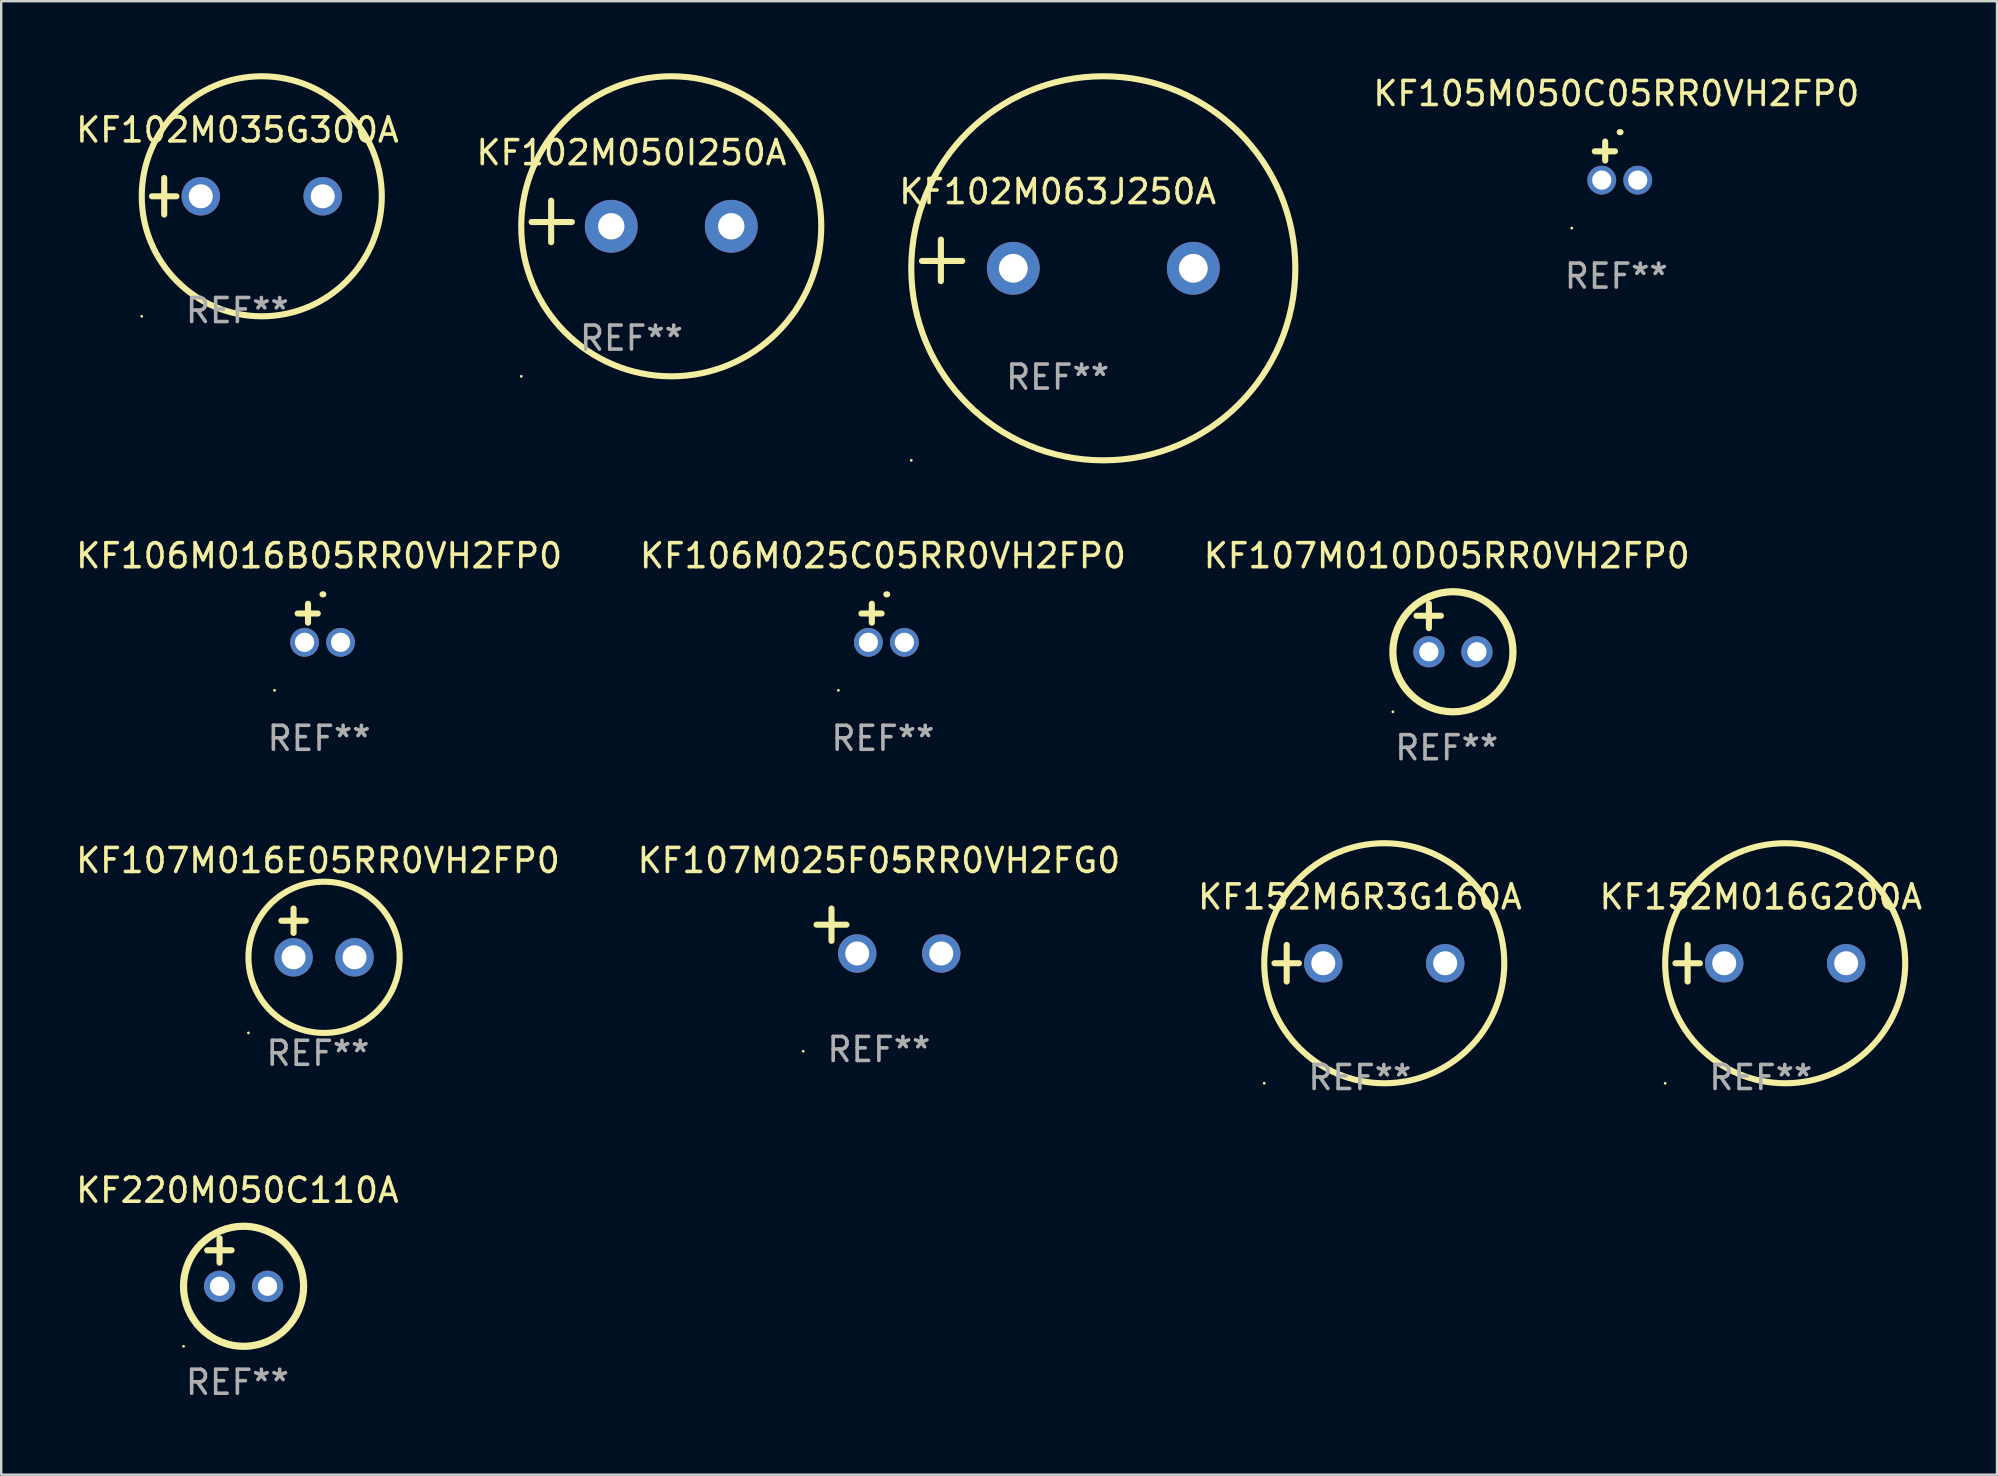
<source format=kicad_pcb>
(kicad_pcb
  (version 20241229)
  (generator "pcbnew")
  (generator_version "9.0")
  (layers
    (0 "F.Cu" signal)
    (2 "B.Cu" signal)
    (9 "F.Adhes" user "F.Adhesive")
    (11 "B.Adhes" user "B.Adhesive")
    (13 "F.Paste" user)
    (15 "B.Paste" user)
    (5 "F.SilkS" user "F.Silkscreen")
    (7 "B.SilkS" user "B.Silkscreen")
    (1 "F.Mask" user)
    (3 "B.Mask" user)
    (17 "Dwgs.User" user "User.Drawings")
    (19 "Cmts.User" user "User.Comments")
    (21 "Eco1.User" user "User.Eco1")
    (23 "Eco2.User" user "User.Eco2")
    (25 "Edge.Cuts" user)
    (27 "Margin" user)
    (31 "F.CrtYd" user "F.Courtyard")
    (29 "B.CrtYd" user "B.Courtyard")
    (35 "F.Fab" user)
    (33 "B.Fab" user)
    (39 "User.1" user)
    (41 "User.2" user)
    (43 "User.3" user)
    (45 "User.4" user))
  (footprint "KF106M025C05RR0VH2FP0"
    (layer "F.Cu")
    (at 33.732 22.906)
    (property "Reference" "KF106M025C05RR0VH2FP0" (at 0 -2.803 0) (layer "F.SilkS") (effects (font (size 1 1) (thickness 0.15))))
    (attr through_hole)
    (fp_line (start -0.462 -0.016) (end -0.462 -0.803) (stroke (width 0.254) (type solid)) (layer "F.SilkS"))
    (fp_line (start -0.056 -0.397) (end -0.894 -0.397) (stroke (width 0.254) (type solid)) (layer "F.SilkS"))
    (fp_arc (start 0.142799 -1.195784) (mid 0.159309 -1.195852) (end 0.175819 -1.195784) (stroke (width 0.254001) (type solid)) (layer "F.SilkS"))
    (fp_circle (center -1.856 2.803) (end -1.826 2.803) (stroke (width 0.06) (type solid)) (fill no) (layer "F.SilkS"))
    (fp_text user "REF**" (at 0 4.803 0) (layer "F.Fab") (effects (font (size 1 1) (thickness 0.15))))
    (pad "1" thru_hole circle (at -0.606 0.803) (size 1.2 1.2) (drill 0.8) (layers "*.Cu" "*.Mask"))
    (pad "2" thru_hole circle (at 0.894 0.803) (size 1.2 1.2) (drill 0.8) (layers "*.Cu" "*.Mask")))
  (footprint "KF220M050C110A"
    (layer "F.Cu")
    (at 6.839 49.536)
    (property "Reference" "KF220M050C110A" (at 0 -3 0) (layer "F.SilkS") (effects (font (size 1 1) (thickness 0.15))))
    (attr through_hole)
    (fp_line (start -1.258 -0.5) (end -0.242 -0.5) (stroke (width 0.254) (type solid)) (layer "F.SilkS"))
    (fp_line (start -0.742 -1) (end -0.742 0.016) (stroke (width 0.254) (type solid)) (layer "F.SilkS"))
    (fp_circle (center -2.242 3.5) (end -2.212 3.5) (stroke (width 0.06) (type solid)) (fill no) (layer "F.SilkS"))
    (fp_circle (center 0.258 1) (end 2.758 1) (stroke (width 0.3) (type solid)) (fill no) (layer "F.SilkS"))
    (fp_text user "REF**" (at 0 5 0) (layer "F.Fab") (effects (font (size 1 1) (thickness 0.15))))
    (pad "1" thru_hole circle (at -0.742 1) (size 1.3 1.3) (drill 0.8) (layers "*.Cu" "*.Mask"))
    (pad "2" thru_hole circle (at 1.258 1) (size 1.3 1.3) (drill 0.8) (layers "*.Cu" "*.Mask")))
  (footprint "KF107M016E05RR0VH2FP0"
    (layer "F.Cu")
    (at 10.196 35.815)
    (property "Reference" "KF107M016E05RR0VH2FP0" (at 0 -3.016 0) (layer "F.SilkS") (effects (font (size 1 1) (thickness 0.15))))
    (attr through_hole)
    (fp_line (start -1.524 -0.508) (end -0.508 -0.508) (stroke (width 0.254) (type solid)) (layer "F.SilkS"))
    (fp_line (start -1.016 -1.016) (end -1.016 0) (stroke (width 0.254) (type solid)) (layer "F.SilkS"))
    (fp_circle (center -2.896 4.166) (end -2.866 4.166) (stroke (width 0.06) (type solid)) (fill no) (layer "F.SilkS"))
    (fp_circle (center 0.254 1.016) (end 3.404 1.016) (stroke (width 0.254) (type solid)) (fill no) (layer "F.SilkS"))
    (fp_text user "REF**" (at 0 5.016 0) (layer "F.Fab") (effects (font (size 1 1) (thickness 0.15))))
    (pad "1" thru_hole circle (at -1.016 1.016) (size 1.6 1.6) (drill 1) (layers "*.Cu" "*.Mask"))
    (pad "2" thru_hole circle (at 1.524 1.016) (size 1.6 1.6) (drill 1) (layers "*.Cu" "*.Mask")))
  (footprint "KF102M050I250A"
    (layer "F.Cu")
    (at 23.256 6.174)
    (property "Reference" "KF102M050I250A" (at 0 -2.864 0) (layer "F.SilkS") (effects (font (size 1 1) (thickness 0.15))))
    (attr through_hole)
    (fp_line (start -3.346 0.864) (end -3.346 -0.864) (stroke (width 0.254) (type solid)) (layer "F.SilkS"))
    (fp_line (start -2.482 0.025) (end -4.158 0.025) (stroke (width 0.254) (type solid)) (layer "F.SilkS"))
    (fp_circle (center -4.592 6.453) (end -4.562 6.453) (stroke (width 0.06) (type solid)) (fill no) (layer "F.SilkS"))
    (fp_circle (center 1.658 0.203) (end 7.908 0.203) (stroke (width 0.254) (type solid)) (fill no) (layer "F.SilkS"))
    (fp_text user "REF**" (at 0 4.864 0) (layer "F.Fab") (effects (font (size 1 1) (thickness 0.15))))
    (pad "1" thru_hole circle (at -0.842 0.203) (size 2.2 2.2) (drill 1.1) (layers "*.Cu" "*.Mask"))
    (pad "2" thru_hole circle (at 4.158 0.203) (size 2.2 2.2) (drill 1.1) (layers "*.Cu" "*.Mask")))
  (footprint "KF152M6R3G160A"
    (layer "F.Cu")
    (at 53.601 37.078)
    (property "Reference" "KF152M6R3G160A" (at 0 -2.762 0) (layer "F.SilkS") (effects (font (size 1 1) (thickness 0.15))))
    (attr through_hole)
    (fp_line (start -3.556 0) (end -2.54 0) (stroke (width 0.254) (type solid)) (layer "F.SilkS"))
    (fp_line (start -3.048 -0.762) (end -3.048 0.762) (stroke (width 0.254) (type solid)) (layer "F.SilkS"))
    (fp_circle (center -3.984 5) (end -3.954 5) (stroke (width 0.06) (type solid)) (fill no) (layer "F.SilkS"))
    (fp_circle (center 1.016 0) (end 6.016 0) (stroke (width 0.254) (type solid)) (fill no) (layer "F.SilkS"))
    (fp_text user "REF**" (at 0 4.762 0) (layer "F.Fab") (effects (font (size 1 1) (thickness 0.15))))
    (pad "1" thru_hole circle (at -1.524 0) (size 1.6 1.6) (drill 1) (layers "*.Cu" "*.Mask"))
    (pad "2" thru_hole circle (at 3.556 0) (size 1.6 1.6) (drill 1) (layers "*.Cu" "*.Mask")))
  (footprint "KF106M016B05RR0VH2FP0"
    (layer "F.Cu")
    (at 10.244 22.906)
    (property "Reference" "KF106M016B05RR0VH2FP0" (at 0 -2.803 0) (layer "F.SilkS") (effects (font (size 1 1) (thickness 0.15))))
    (attr through_hole)
    (fp_line (start -0.462 -0.016) (end -0.462 -0.803) (stroke (width 0.254) (type solid)) (layer "F.SilkS"))
    (fp_line (start -0.056 -0.397) (end -0.894 -0.397) (stroke (width 0.254) (type solid)) (layer "F.SilkS"))
    (fp_arc (start 0.142799 -1.195784) (mid 0.159309 -1.195852) (end 0.175819 -1.195784) (stroke (width 0.254001) (type solid)) (layer "F.SilkS"))
    (fp_circle (center -1.856 2.803) (end -1.826 2.803) (stroke (width 0.06) (type solid)) (fill no) (layer "F.SilkS"))
    (fp_text user "REF**" (at 0 4.803 0) (layer "F.Fab") (effects (font (size 1 1) (thickness 0.15))))
    (pad "1" thru_hole circle (at -0.606 0.803) (size 1.2 1.2) (drill 0.8) (layers "*.Cu" "*.Mask"))
    (pad "2" thru_hole circle (at 0.894 0.803) (size 1.2 1.2) (drill 0.8) (layers "*.Cu" "*.Mask")))
  (footprint "KF105M050C05RR0VH2FP0"
    (layer "F.Cu")
    (at 64.284 3.651)
    (property "Reference" "KF105M050C05RR0VH2FP0" (at 0 -2.803 0) (layer "F.SilkS") (effects (font (size 1 1) (thickness 0.15))))
    (attr through_hole)
    (fp_line (start -0.462 -0.016) (end -0.462 -0.803) (stroke (width 0.254) (type solid)) (layer "F.SilkS"))
    (fp_line (start -0.056 -0.397) (end -0.894 -0.397) (stroke (width 0.254) (type solid)) (layer "F.SilkS"))
    (fp_arc (start 0.142799 -1.195784) (mid 0.159309 -1.195852) (end 0.175819 -1.195784) (stroke (width 0.254001) (type solid)) (layer "F.SilkS"))
    (fp_circle (center -1.856 2.803) (end -1.826 2.803) (stroke (width 0.06) (type solid)) (fill no) (layer "F.SilkS"))
    (fp_text user "REF**" (at 0 4.803 0) (layer "F.Fab") (effects (font (size 1 1) (thickness 0.15))))
    (pad "1" thru_hole circle (at -0.606 0.803) (size 1.2 1.2) (drill 0.8) (layers "*.Cu" "*.Mask"))
    (pad "2" thru_hole circle (at 0.894 0.803) (size 1.2 1.2) (drill 0.8) (layers "*.Cu" "*.Mask")))
  (footprint "KF107M025F05RR0VH2FG0"
    (layer "F.Cu")
    (at 33.565 35.735)
    (property "Reference" "KF107M025F05RR0VH2FG0" (at 0 -2.937 0) (layer "F.SilkS") (effects (font (size 1 1) (thickness 0.15))))
    (attr through_hole)
    (fp_line (start -1.975 0.41) (end -1.975 -0.937) (stroke (width 0.254) (type solid)) (layer "F.SilkS"))
    (fp_line (start -1.353 -0.263) (end -2.597 -0.263) (stroke (width 0.254) (type solid)) (layer "F.SilkS"))
    (fp_arc (start 0.849809 -3.063957) (mid 0.885369 -3.064114) (end 0.920929 -3.063957) (stroke (width 0.254001) (type solid)) (layer "F.SilkS"))
    (fp_circle (center -3.154 5.008) (end -3.124 5.008) (stroke (width 0.06) (type solid)) (fill no) (layer "F.SilkS"))
    (fp_text user "REF**" (at 0 4.937 0) (layer "F.Fab") (effects (font (size 1 1) (thickness 0.15))))
    (pad "1" thru_hole circle (at -0.903 0.937) (size 1.6 1.6) (drill 1) (layers "*.Cu" "*.Mask"))
    (pad "2" thru_hole circle (at 2.597 0.937) (size 1.6 1.6) (drill 1) (layers "*.Cu" "*.Mask")))
  (footprint "KF102M035G300A"
    (layer "F.Cu")
    (at 6.839 5.127)
    (property "Reference" "KF102M035G300A" (at 0 -2.762 0) (layer "F.SilkS") (effects (font (size 1 1) (thickness 0.15))))
    (attr through_hole)
    (fp_line (start -3.556 0) (end -2.54 0) (stroke (width 0.254) (type solid)) (layer "F.SilkS"))
    (fp_line (start -3.048 -0.762) (end -3.048 0.762) (stroke (width 0.254) (type solid)) (layer "F.SilkS"))
    (fp_circle (center -3.984 5) (end -3.954 5) (stroke (width 0.06) (type solid)) (fill no) (layer "F.SilkS"))
    (fp_circle (center 1.016 0) (end 6.016 0) (stroke (width 0.254) (type solid)) (fill no) (layer "F.SilkS"))
    (fp_text user "REF**" (at 0 4.762 0) (layer "F.Fab") (effects (font (size 1 1) (thickness 0.15))))
    (pad "1" thru_hole circle (at -1.524 0) (size 1.6 1.6) (drill 1) (layers "*.Cu" "*.Mask"))
    (pad "2" thru_hole circle (at 3.556 0) (size 1.6 1.6) (drill 1) (layers "*.Cu" "*.Mask")))
  (footprint "KF102M063J250A"
    (layer "F.Cu")
    (at 41.011 7.797)
    (property "Reference" "KF102M063J250A" (at 0 -2.864 0) (layer "F.SilkS") (effects (font (size 1 1) (thickness 0.15))))
    (attr through_hole)
    (fp_line (start -4.864 0.864) (end -4.864 -0.864) (stroke (width 0.254) (type solid)) (layer "F.SilkS"))
    (fp_line (start -3.975 0.025) (end -5.652 0.025) (stroke (width 0.254) (type solid)) (layer "F.SilkS"))
    (fp_circle (center -6.098 8.33) (end -6.068 8.33) (stroke (width 0.06) (type solid)) (fill no) (layer "F.SilkS"))
    (fp_circle (center 1.902 0.33) (end 9.902 0.33) (stroke (width 0.254) (type solid)) (fill no) (layer "F.SilkS"))
    (fp_text user "REF**" (at 0 4.864 0) (layer "F.Fab") (effects (font (size 1 1) (thickness 0.15))))
    (pad "1" thru_hole circle (at -1.848 0.33) (size 2.2 2.2) (drill 1.2) (layers "*.Cu" "*.Mask"))
    (pad "2" thru_hole circle (at 5.652 0.33) (size 2.2 2.2) (drill 1.2) (layers "*.Cu" "*.Mask")))
  (footprint "KF107M010D05RR0VH2FP0"
    (layer "F.Cu")
    (at 57.22 23.102)
    (property "Reference" "KF107M010D05RR0VH2FP0" (at 0 -3 0) (layer "F.SilkS") (effects (font (size 1 1) (thickness 0.15))))
    (attr through_hole)
    (fp_line (start -1.258 -0.5) (end -0.242 -0.5) (stroke (width 0.254) (type solid)) (layer "F.SilkS"))
    (fp_line (start -0.742 -1) (end -0.742 0.016) (stroke (width 0.254) (type solid)) (layer "F.SilkS"))
    (fp_circle (center -2.242 3.5) (end -2.212 3.5) (stroke (width 0.06) (type solid)) (fill no) (layer "F.SilkS"))
    (fp_circle (center 0.258 1) (end 2.758 1) (stroke (width 0.3) (type solid)) (fill no) (layer "F.SilkS"))
    (fp_text user "REF**" (at 0 5 0) (layer "F.Fab") (effects (font (size 1 1) (thickness 0.15))))
    (pad "1" thru_hole circle (at -0.742 1) (size 1.3 1.3) (drill 0.8) (layers "*.Cu" "*.Mask"))
    (pad "2" thru_hole circle (at 1.258 1) (size 1.3 1.3) (drill 0.8) (layers "*.Cu" "*.Mask")))
  (footprint "KF152M016G200A"
    (layer "F.Cu")
    (at 70.304 37.078)
    (property "Reference" "KF152M016G200A" (at 0 -2.762 0) (layer "F.SilkS") (effects (font (size 1 1) (thickness 0.15))))
    (attr through_hole)
    (fp_line (start -3.556 0) (end -2.54 0) (stroke (width 0.254) (type solid)) (layer "F.SilkS"))
    (fp_line (start -3.048 -0.762) (end -3.048 0.762) (stroke (width 0.254) (type solid)) (layer "F.SilkS"))
    (fp_circle (center -3.984 5) (end -3.954 5) (stroke (width 0.06) (type solid)) (fill no) (layer "F.SilkS"))
    (fp_circle (center 1.016 0) (end 6.016 0) (stroke (width 0.254) (type solid)) (fill no) (layer "F.SilkS"))
    (fp_text user "REF**" (at 0 4.762 0) (layer "F.Fab") (effects (font (size 1 1) (thickness 0.15))))
    (pad "1" thru_hole circle (at -1.524 0) (size 1.6 1.6) (drill 1) (layers "*.Cu" "*.Mask"))
    (pad "2" thru_hole circle (at 3.556 0) (size 1.6 1.6) (drill 1) (layers "*.Cu" "*.Mask")))
  (gr_rect
    (start -3 -3)
    (end 80.143 58.384)
    (stroke (width 0.1) (type default))
    (fill no)
    (layer "Edge.Cuts")))
</source>
